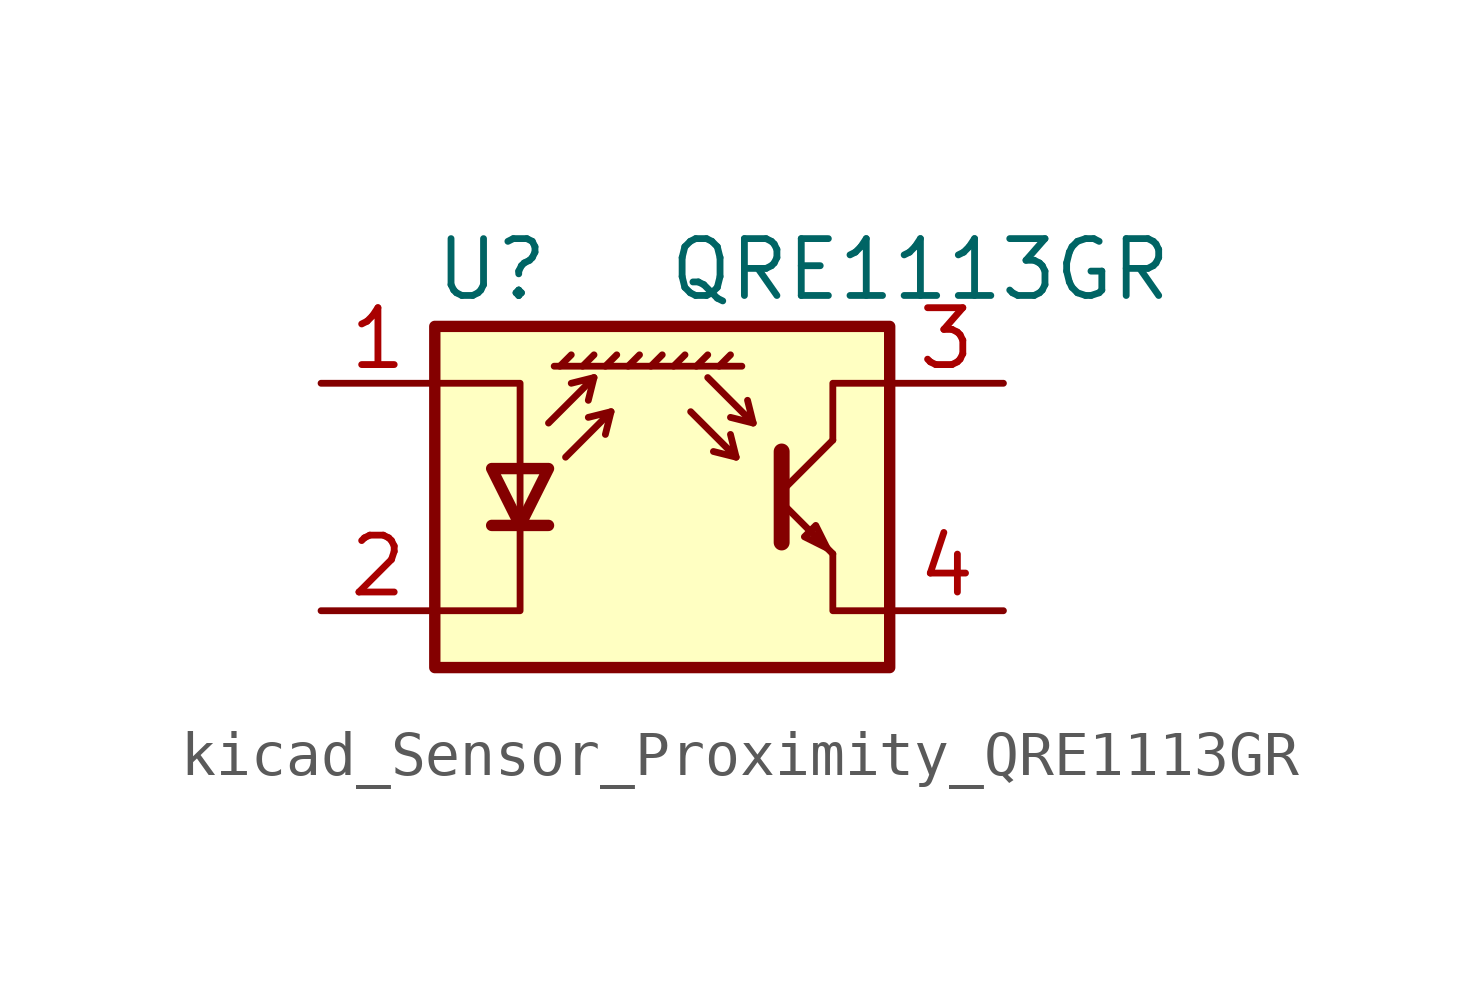
<source format=kicad_sym>
(kicad_symbol_lib
  (version 20220914)
  (generator kicad_symbol_editor)
  (symbol "kicad_Sensor_Proximity_QRE1113GR"
    (pin_names
      (offset 0.025) hide)
    (property "Reference" "U"
      (at -3.81 5.08 0)
      (effects (font (size 1.27 1.27))))
    (property "Value" "QRE1113GR"
      (at 11.43 5.08 0)
      (effects (font (size 1.27 1.27)) (justify right)))
    (symbol "kicad_Sensor_Proximity_QRE1113GR_0_1"
      (polyline (pts (xy -3.81 -0.635) (xy -2.54 -0.635)) (stroke (width 0.254) (type default)) (fill (type none)))
      (polyline (pts (xy -2.286 2.921) (xy -2.032 3.175)) (stroke (width 0) (type default)) (fill (type none)))
      (polyline (pts (xy -1.778 2.921) (xy -1.524 3.175)) (stroke (width 0) (type default)) (fill (type none)))
      (polyline (pts (xy -1.524 2.667) (xy -1.651 2.159)) (stroke (width 0) (type default)) (fill (type none)))
      (polyline (pts (xy -1.27 2.921) (xy -1.016 3.175)) (stroke (width 0) (type default)) (fill (type none)))
      (polyline (pts (xy -1.143 1.905) (xy -1.27 1.397)) (stroke (width 0) (type default)) (fill (type none)))
      (polyline (pts (xy -0.762 2.921) (xy -0.508 3.175)) (stroke (width 0) (type default)) (fill (type none)))
      (polyline (pts (xy -0.254 2.921) (xy 0 3.175)) (stroke (width 0) (type default)) (fill (type none)))
      (polyline (pts (xy 0.254 2.921) (xy 0.508 3.175)) (stroke (width 0) (type default)) (fill (type none)))
      (polyline (pts (xy 0.762 2.921) (xy 1.016 3.175)) (stroke (width 0) (type default)) (fill (type none)))
      (polyline (pts (xy 1.27 2.921) (xy 1.524 3.175)) (stroke (width 0) (type default)) (fill (type none)))
      (polyline (pts (xy 1.651 0.889) (xy 1.143 1.016)) (stroke (width 0) (type default)) (fill (type none)))
      (polyline (pts (xy 1.778 2.921) (xy -2.413 2.921)) (stroke (width 0) (type default)) (fill (type none)))
      (polyline (pts (xy 2.032 1.651) (xy 1.524 1.778)) (stroke (width 0) (type default)) (fill (type none)))
      (polyline (pts (xy 2.667 -0.127) (xy 3.81 -1.27)) (stroke (width 0) (type default)) (fill (type none)))
      (polyline (pts (xy 2.667 0.127) (xy 3.81 1.27)) (stroke (width 0) (type default)) (fill (type none)))
      (polyline (pts (xy -2.54 1.651) (xy -1.524 2.667) (xy -2.032 2.54)) (stroke (width 0) (type default)) (fill (type none)))
      (polyline (pts (xy -2.159 0.889) (xy -1.143 1.905) (xy -1.651 1.778)) (stroke (width 0) (type default)) (fill (type none)))
      (polyline (pts (xy 0.635 1.905) (xy 1.651 0.889) (xy 1.524 1.397)) (stroke (width 0) (type default)) (fill (type none)))
      (polyline (pts (xy 1.016 2.667) (xy 2.032 1.651) (xy 1.905 2.159)) (stroke (width 0) (type default)) (fill (type none)))
      (polyline (pts (xy 2.667 1.016) (xy 2.667 -1.016) (xy 2.667 -1.016)) (stroke (width 0.356) (type default)) (fill (type none)))
      (polyline (pts (xy 3.81 -1.27) (xy 3.81 -2.54) (xy 5.08 -2.54)) (stroke (width 0) (type default)) (fill (type none)))
      (polyline (pts (xy 3.81 1.27) (xy 3.81 2.54) (xy 5.08 2.54)) (stroke (width 0) (type default)) (fill (type none)))
      (polyline (pts (xy -5.08 -2.54) (xy -3.175 -2.54) (xy -3.175 2.54) (xy -5.08 2.54)) (stroke (width 0) (type default)) (fill (type none)))
      (polyline (pts (xy -3.175 -0.635) (xy -3.81 0.635) (xy -2.54 0.635) (xy -3.175 -0.635)) (stroke (width 0.254) (type default)) (fill (type none)))
      (polyline (pts (xy 3.683 -1.143) (xy 3.429 -0.635) (xy 3.175 -0.889) (xy 3.683 -1.143)) (stroke (width 0) (type default)) (fill (type none)))
      (polyline (pts (xy -5.08 -3.81) (xy 5.08 -3.81) (xy 5.08 3.81) (xy -5.08 3.81) (xy -5.08 -3.81)) (stroke (width 0.254) (type default)) (fill (type background))))
    (symbol "kicad_Sensor_Proximity_QRE1113GR_1_1"
      (pin passive line (at -7.62 2.54 0) (length 2.54) (name "A" (effects (font (size 1.27 1.27)))) (number "1" (effects (font (size 1.27 1.27)))))
      (pin passive line (at -7.62 -2.54 0) (length 2.54) (name "K" (effects (font (size 1.27 1.27)))) (number "2" (effects (font (size 1.27 1.27)))))
      (pin open_collector line (at 7.62 2.54 180) (length 2.54) (name "~" (effects (font (size 1.27 1.27)))) (number "3" (effects (font (size 1.27 1.27)))))
      (pin open_emitter line (at 7.62 -2.54 180) (length 2.54) (name "~" (effects (font (size 1.27 1.27)))) (number "4" (effects (font (size 1.27 1.27))))))))
</source>
